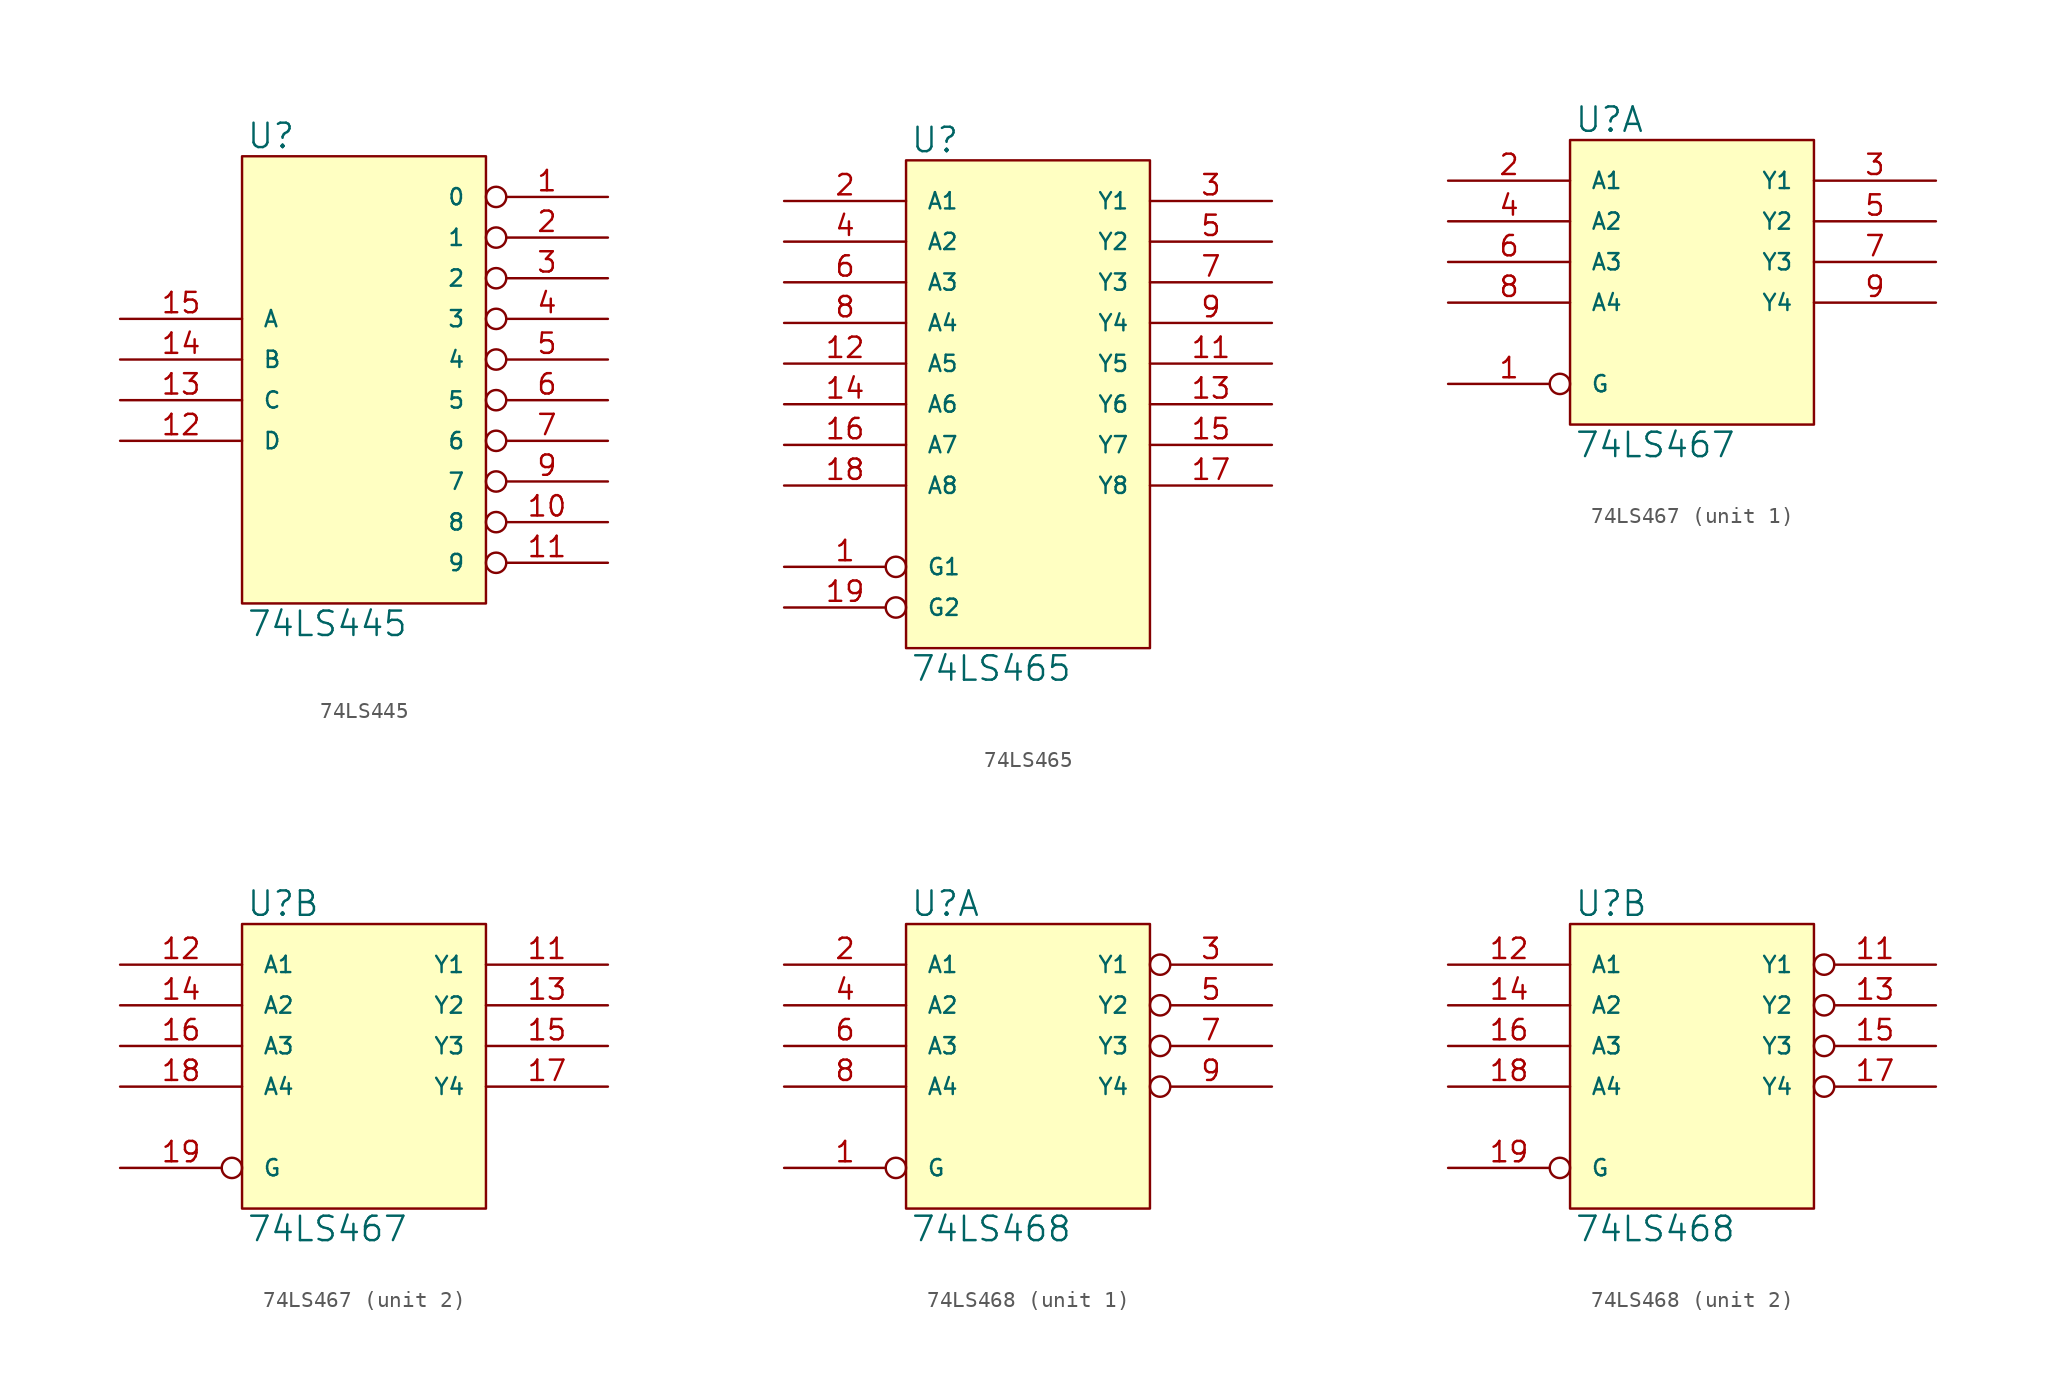
<source format=kicad_sym>
(kicad_symbol_lib
  (version 20231120)
  (generator "kicad_symbol_editor")
  (generator_version "8.0")
  (symbol "74LS445"
    (pin_names
      (offset 1.27))
    (property "Reference" "U"
      (at 0.254 0.381 0)
      (effects (font (size 1.524 1.524)) (justify left bottom)))
    (property "Value" "74LS445"
      (at 0.254 -28.321 0)
      (effects (font (size 1.524 1.524)) (justify left top)))
    (symbol "74LS445_0_1"
      (rectangle (start 0 0) (end 15.24 -27.94) (stroke (width 0) (type solid)) (fill (type background))))
    (symbol "74LS445_1_1"
      (pin open_collector inverted (at 22.86 -2.54 180) (length 7.62) (name "0" (effects (font (size 1.016 1.016)))) (number "1" (effects (font (size 1.27 1.27)))))
      (pin open_collector inverted (at 22.86 -22.86 180) (length 7.62) (name "8" (effects (font (size 1.016 1.016)))) (number "10" (effects (font (size 1.27 1.27)))))
      (pin open_collector inverted (at 22.86 -25.4 180) (length 7.62) (name "9" (effects (font (size 1.016 1.016)))) (number "11" (effects (font (size 1.27 1.27)))))
      (pin input line (at -7.62 -17.78 0) (length 7.62) (name "D" (effects (font (size 1.016 1.016)))) (number "12" (effects (font (size 1.27 1.27)))))
      (pin input line (at -7.62 -15.24 0) (length 7.62) (name "C" (effects (font (size 1.016 1.016)))) (number "13" (effects (font (size 1.27 1.27)))))
      (pin input line (at -7.62 -12.7 0) (length 7.62) (name "B" (effects (font (size 1.016 1.016)))) (number "14" (effects (font (size 1.27 1.27)))))
      (pin input line (at -7.62 -10.16 0) (length 7.62) (name "A" (effects (font (size 1.016 1.016)))) (number "15" (effects (font (size 1.27 1.27)))))
      (pin power_in line (at 0 0 270) (length 0) hide (name "VCC" (effects (font (size 1.016 1.016)))) (number "16" (effects (font (size 1.27 1.27)))))
      (pin open_collector inverted (at 22.86 -5.08 180) (length 7.62) (name "1" (effects (font (size 1.016 1.016)))) (number "2" (effects (font (size 1.27 1.27)))))
      (pin open_collector inverted (at 22.86 -7.62 180) (length 7.62) (name "2" (effects (font (size 1.016 1.016)))) (number "3" (effects (font (size 1.27 1.27)))))
      (pin open_collector inverted (at 22.86 -10.16 180) (length 7.62) (name "3" (effects (font (size 1.016 1.016)))) (number "4" (effects (font (size 1.27 1.27)))))
      (pin open_collector inverted (at 22.86 -12.7 180) (length 7.62) (name "4" (effects (font (size 1.016 1.016)))) (number "5" (effects (font (size 1.27 1.27)))))
      (pin open_collector inverted (at 22.86 -15.24 180) (length 7.62) (name "5" (effects (font (size 1.016 1.016)))) (number "6" (effects (font (size 1.27 1.27)))))
      (pin open_collector inverted (at 22.86 -17.78 180) (length 7.62) (name "6" (effects (font (size 1.016 1.016)))) (number "7" (effects (font (size 1.27 1.27)))))
      (pin power_in line (at 0 -27.94 90) (length 0) hide (name "GND" (effects (font (size 1.016 1.016)))) (number "8" (effects (font (size 1.27 1.27)))))
      (pin open_collector inverted (at 22.86 -20.32 180) (length 7.62) (name "7" (effects (font (size 1.016 1.016)))) (number "9" (effects (font (size 1.27 1.27)))))))
  (symbol "74LS465"
    (pin_names
      (offset 1.27))
    (property "Reference" "U"
      (at 0.254 0.381 0)
      (effects (font (size 1.524 1.524)) (justify left bottom)))
    (property "Value" "74LS465"
      (at 0.254 -30.861 0)
      (effects (font (size 1.524 1.524)) (justify left top)))
    (symbol "74LS465_0_1"
      (rectangle (start 0 0) (end 15.24 -30.48) (stroke (width 0) (type solid)) (fill (type background))))
    (symbol "74LS465_1_1"
      (pin input inverted (at -7.62 -25.4 0) (length 7.62) (name "G1" (effects (font (size 1.016 1.016)))) (number "1" (effects (font (size 1.27 1.27)))))
      (pin power_in line (at 0 -30.48 90) (length 0) hide (name "GND" (effects (font (size 1.016 1.016)))) (number "10" (effects (font (size 1.27 1.27)))))
      (pin tri_state line (at 22.86 -12.7 180) (length 7.62) (name "Y5" (effects (font (size 1.016 1.016)))) (number "11" (effects (font (size 1.27 1.27)))))
      (pin input line (at -7.62 -12.7 0) (length 7.62) (name "A5" (effects (font (size 1.016 1.016)))) (number "12" (effects (font (size 1.27 1.27)))))
      (pin tri_state line (at 22.86 -15.24 180) (length 7.62) (name "Y6" (effects (font (size 1.016 1.016)))) (number "13" (effects (font (size 1.27 1.27)))))
      (pin input line (at -7.62 -15.24 0) (length 7.62) (name "A6" (effects (font (size 1.016 1.016)))) (number "14" (effects (font (size 1.27 1.27)))))
      (pin tri_state line (at 22.86 -17.78 180) (length 7.62) (name "Y7" (effects (font (size 1.016 1.016)))) (number "15" (effects (font (size 1.27 1.27)))))
      (pin input line (at -7.62 -17.78 0) (length 7.62) (name "A7" (effects (font (size 1.016 1.016)))) (number "16" (effects (font (size 1.27 1.27)))))
      (pin tri_state line (at 22.86 -20.32 180) (length 7.62) (name "Y8" (effects (font (size 1.016 1.016)))) (number "17" (effects (font (size 1.27 1.27)))))
      (pin input line (at -7.62 -20.32 0) (length 7.62) (name "A8" (effects (font (size 1.016 1.016)))) (number "18" (effects (font (size 1.27 1.27)))))
      (pin input inverted (at -7.62 -27.94 0) (length 7.62) (name "G2" (effects (font (size 1.016 1.016)))) (number "19" (effects (font (size 1.27 1.27)))))
      (pin input line (at -7.62 -2.54 0) (length 7.62) (name "A1" (effects (font (size 1.016 1.016)))) (number "2" (effects (font (size 1.27 1.27)))))
      (pin power_in line (at 0 0 270) (length 0) hide (name "VCC" (effects (font (size 1.016 1.016)))) (number "20" (effects (font (size 1.27 1.27)))))
      (pin tri_state line (at 22.86 -2.54 180) (length 7.62) (name "Y1" (effects (font (size 1.016 1.016)))) (number "3" (effects (font (size 1.27 1.27)))))
      (pin input line (at -7.62 -5.08 0) (length 7.62) (name "A2" (effects (font (size 1.016 1.016)))) (number "4" (effects (font (size 1.27 1.27)))))
      (pin tri_state line (at 22.86 -5.08 180) (length 7.62) (name "Y2" (effects (font (size 1.016 1.016)))) (number "5" (effects (font (size 1.27 1.27)))))
      (pin input line (at -7.62 -7.62 0) (length 7.62) (name "A3" (effects (font (size 1.016 1.016)))) (number "6" (effects (font (size 1.27 1.27)))))
      (pin tri_state line (at 22.86 -7.62 180) (length 7.62) (name "Y3" (effects (font (size 1.016 1.016)))) (number "7" (effects (font (size 1.27 1.27)))))
      (pin input line (at -7.62 -10.16 0) (length 7.62) (name "A4" (effects (font (size 1.016 1.016)))) (number "8" (effects (font (size 1.27 1.27)))))
      (pin tri_state line (at 22.86 -10.16 180) (length 7.62) (name "Y4" (effects (font (size 1.016 1.016)))) (number "9" (effects (font (size 1.27 1.27)))))))
  (symbol "74LS467"
    (pin_names
      (offset 1.27))
    (property "Reference" "U"
      (at 0.254 0.381 0)
      (effects (font (size 1.524 1.524)) (justify left bottom)))
    (property "Value" "74LS467"
      (at 0.254 -18.161 0)
      (effects (font (size 1.524 1.524)) (justify left top)))
    (symbol "74LS467_0_1"
      (rectangle (start 0 0) (end 15.24 -17.78) (stroke (width 0) (type solid)) (fill (type background))))
    (symbol "74LS467_1_1"
      (pin input inverted (at -7.62 -15.24 0) (length 7.62) (name "G" (effects (font (size 1.016 1.016)))) (number "1" (effects (font (size 1.27 1.27)))))
      (pin power_in line (at 0 -17.78 90) (length 0) hide (name "GND" (effects (font (size 1.016 1.016)))) (number "10" (effects (font (size 1.27 1.27)))))
      (pin input line (at -7.62 -2.54 0) (length 7.62) (name "A1" (effects (font (size 1.016 1.016)))) (number "2" (effects (font (size 1.27 1.27)))))
      (pin power_in line (at 0 0 270) (length 0) hide (name "VCC" (effects (font (size 1.016 1.016)))) (number "20" (effects (font (size 1.27 1.27)))))
      (pin tri_state line (at 22.86 -2.54 180) (length 7.62) (name "Y1" (effects (font (size 1.016 1.016)))) (number "3" (effects (font (size 1.27 1.27)))))
      (pin input line (at -7.62 -5.08 0) (length 7.62) (name "A2" (effects (font (size 1.016 1.016)))) (number "4" (effects (font (size 1.27 1.27)))))
      (pin tri_state line (at 22.86 -5.08 180) (length 7.62) (name "Y2" (effects (font (size 1.016 1.016)))) (number "5" (effects (font (size 1.27 1.27)))))
      (pin input line (at -7.62 -7.62 0) (length 7.62) (name "A3" (effects (font (size 1.016 1.016)))) (number "6" (effects (font (size 1.27 1.27)))))
      (pin tri_state line (at 22.86 -7.62 180) (length 7.62) (name "Y3" (effects (font (size 1.016 1.016)))) (number "7" (effects (font (size 1.27 1.27)))))
      (pin input line (at -7.62 -10.16 0) (length 7.62) (name "A4" (effects (font (size 1.016 1.016)))) (number "8" (effects (font (size 1.27 1.27)))))
      (pin tri_state line (at 22.86 -10.16 180) (length 7.62) (name "Y4" (effects (font (size 1.016 1.016)))) (number "9" (effects (font (size 1.27 1.27))))))
    (symbol "74LS467_2_1"
      (pin power_in line (at 0 -17.78 90) (length 0) hide (name "GND" (effects (font (size 1.016 1.016)))) (number "10" (effects (font (size 1.27 1.27)))))
      (pin tri_state line (at 22.86 -2.54 180) (length 7.62) (name "Y1" (effects (font (size 1.016 1.016)))) (number "11" (effects (font (size 1.27 1.27)))))
      (pin input line (at -7.62 -2.54 0) (length 7.62) (name "A1" (effects (font (size 1.016 1.016)))) (number "12" (effects (font (size 1.27 1.27)))))
      (pin tri_state line (at 22.86 -5.08 180) (length 7.62) (name "Y2" (effects (font (size 1.016 1.016)))) (number "13" (effects (font (size 1.27 1.27)))))
      (pin input line (at -7.62 -5.08 0) (length 7.62) (name "A2" (effects (font (size 1.016 1.016)))) (number "14" (effects (font (size 1.27 1.27)))))
      (pin tri_state line (at 22.86 -7.62 180) (length 7.62) (name "Y3" (effects (font (size 1.016 1.016)))) (number "15" (effects (font (size 1.27 1.27)))))
      (pin input line (at -7.62 -7.62 0) (length 7.62) (name "A3" (effects (font (size 1.016 1.016)))) (number "16" (effects (font (size 1.27 1.27)))))
      (pin tri_state line (at 22.86 -10.16 180) (length 7.62) (name "Y4" (effects (font (size 1.016 1.016)))) (number "17" (effects (font (size 1.27 1.27)))))
      (pin input line (at -7.62 -10.16 0) (length 7.62) (name "A4" (effects (font (size 1.016 1.016)))) (number "18" (effects (font (size 1.27 1.27)))))
      (pin input inverted (at -7.62 -15.24 0) (length 7.62) (name "G" (effects (font (size 1.016 1.016)))) (number "19" (effects (font (size 1.27 1.27)))))
      (pin power_in line (at 0 0 270) (length 0) hide (name "VCC" (effects (font (size 1.016 1.016)))) (number "20" (effects (font (size 1.27 1.27)))))))
  (symbol "74LS468"
    (pin_names
      (offset 1.27))
    (property "Reference" "U"
      (at 0.254 0.381 0)
      (effects (font (size 1.524 1.524)) (justify left bottom)))
    (property "Value" "74LS468"
      (at 0.254 -18.161 0)
      (effects (font (size 1.524 1.524)) (justify left top)))
    (symbol "74LS468_0_1"
      (rectangle (start 0 0) (end 15.24 -17.78) (stroke (width 0) (type solid)) (fill (type background))))
    (symbol "74LS468_1_1"
      (pin input inverted (at -7.62 -15.24 0) (length 7.62) (name "G" (effects (font (size 1.016 1.016)))) (number "1" (effects (font (size 1.27 1.27)))))
      (pin power_in line (at 0 -17.78 90) (length 0) hide (name "GND" (effects (font (size 1.016 1.016)))) (number "10" (effects (font (size 1.27 1.27)))))
      (pin input line (at -7.62 -2.54 0) (length 7.62) (name "A1" (effects (font (size 1.016 1.016)))) (number "2" (effects (font (size 1.27 1.27)))))
      (pin power_in line (at 0 0 270) (length 0) hide (name "VCC" (effects (font (size 1.016 1.016)))) (number "20" (effects (font (size 1.27 1.27)))))
      (pin tri_state inverted (at 22.86 -2.54 180) (length 7.62) (name "Y1" (effects (font (size 1.016 1.016)))) (number "3" (effects (font (size 1.27 1.27)))))
      (pin input line (at -7.62 -5.08 0) (length 7.62) (name "A2" (effects (font (size 1.016 1.016)))) (number "4" (effects (font (size 1.27 1.27)))))
      (pin tri_state inverted (at 22.86 -5.08 180) (length 7.62) (name "Y2" (effects (font (size 1.016 1.016)))) (number "5" (effects (font (size 1.27 1.27)))))
      (pin input line (at -7.62 -7.62 0) (length 7.62) (name "A3" (effects (font (size 1.016 1.016)))) (number "6" (effects (font (size 1.27 1.27)))))
      (pin tri_state inverted (at 22.86 -7.62 180) (length 7.62) (name "Y3" (effects (font (size 1.016 1.016)))) (number "7" (effects (font (size 1.27 1.27)))))
      (pin input line (at -7.62 -10.16 0) (length 7.62) (name "A4" (effects (font (size 1.016 1.016)))) (number "8" (effects (font (size 1.27 1.27)))))
      (pin tri_state inverted (at 22.86 -10.16 180) (length 7.62) (name "Y4" (effects (font (size 1.016 1.016)))) (number "9" (effects (font (size 1.27 1.27))))))
    (symbol "74LS468_2_1"
      (pin power_in line (at 0 -17.78 90) (length 0) hide (name "GND" (effects (font (size 1.016 1.016)))) (number "10" (effects (font (size 1.27 1.27)))))
      (pin tri_state inverted (at 22.86 -2.54 180) (length 7.62) (name "Y1" (effects (font (size 1.016 1.016)))) (number "11" (effects (font (size 1.27 1.27)))))
      (pin input line (at -7.62 -2.54 0) (length 7.62) (name "A1" (effects (font (size 1.016 1.016)))) (number "12" (effects (font (size 1.27 1.27)))))
      (pin tri_state inverted (at 22.86 -5.08 180) (length 7.62) (name "Y2" (effects (font (size 1.016 1.016)))) (number "13" (effects (font (size 1.27 1.27)))))
      (pin input line (at -7.62 -5.08 0) (length 7.62) (name "A2" (effects (font (size 1.016 1.016)))) (number "14" (effects (font (size 1.27 1.27)))))
      (pin tri_state inverted (at 22.86 -7.62 180) (length 7.62) (name "Y3" (effects (font (size 1.016 1.016)))) (number "15" (effects (font (size 1.27 1.27)))))
      (pin input line (at -7.62 -7.62 0) (length 7.62) (name "A3" (effects (font (size 1.016 1.016)))) (number "16" (effects (font (size 1.27 1.27)))))
      (pin tri_state inverted (at 22.86 -10.16 180) (length 7.62) (name "Y4" (effects (font (size 1.016 1.016)))) (number "17" (effects (font (size 1.27 1.27)))))
      (pin input line (at -7.62 -10.16 0) (length 7.62) (name "A4" (effects (font (size 1.016 1.016)))) (number "18" (effects (font (size 1.27 1.27)))))
      (pin input inverted (at -7.62 -15.24 0) (length 7.62) (name "G" (effects (font (size 1.016 1.016)))) (number "19" (effects (font (size 1.27 1.27)))))
      (pin power_in line (at 0 0 270) (length 0) hide (name "VCC" (effects (font (size 1.016 1.016)))) (number "20" (effects (font (size 1.27 1.27))))))))
</source>
